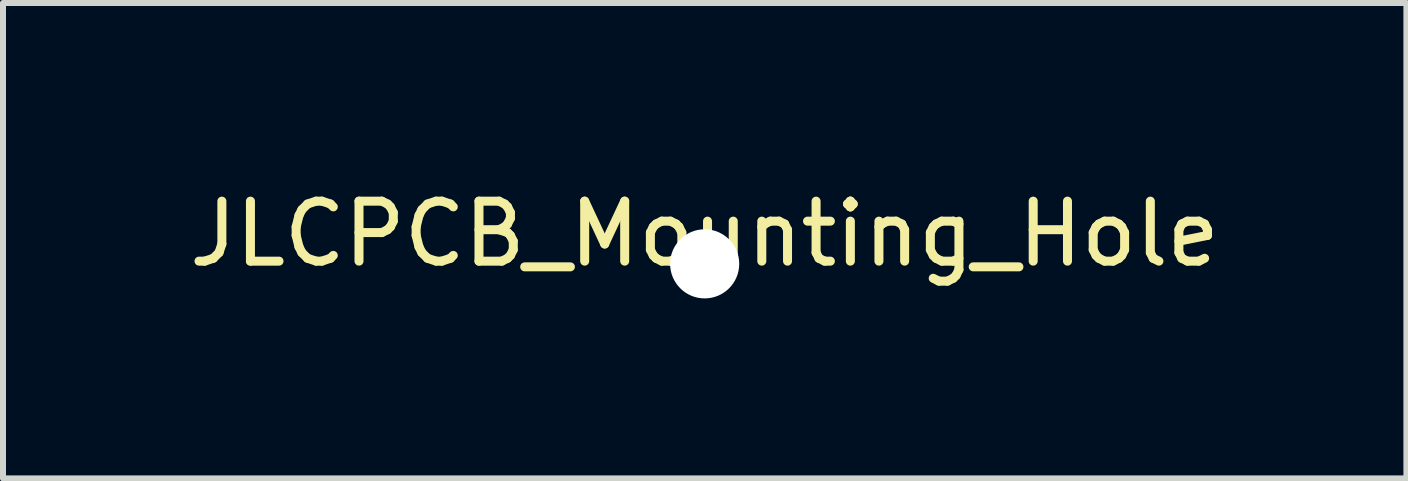
<source format=kicad_pcb>
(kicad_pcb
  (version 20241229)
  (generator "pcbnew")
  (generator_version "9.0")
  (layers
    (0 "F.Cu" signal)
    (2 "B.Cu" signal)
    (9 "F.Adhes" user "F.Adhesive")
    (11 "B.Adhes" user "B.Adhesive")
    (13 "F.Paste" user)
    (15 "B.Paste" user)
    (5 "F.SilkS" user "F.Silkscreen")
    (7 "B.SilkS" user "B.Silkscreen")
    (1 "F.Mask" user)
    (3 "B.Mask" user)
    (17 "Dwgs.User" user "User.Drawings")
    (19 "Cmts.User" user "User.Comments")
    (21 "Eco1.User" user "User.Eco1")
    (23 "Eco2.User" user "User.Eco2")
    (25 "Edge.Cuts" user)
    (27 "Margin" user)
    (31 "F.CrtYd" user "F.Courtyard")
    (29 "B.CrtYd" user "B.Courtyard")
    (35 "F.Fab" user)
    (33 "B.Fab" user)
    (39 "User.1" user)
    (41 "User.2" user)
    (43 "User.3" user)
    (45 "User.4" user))
  (footprint "JLCPCB_Mounting_Hole"
    (layer "F.Cu")
    (at 8.696 1.348)
    (property "Reference" "JLCPCB_Mounting_Hole" (at 0 -0.5 0) (unlocked yes) (layer "F.SilkS") (effects (font (size 1 1) (thickness 0.15))))
    (attr board_only exclude_from_pos_files exclude_from_bom)
    (pad "" np_thru_hole circle (at 0 0) (size 1.152 1.152) (drill 1.152) (layers "*.Cu" "*.Mask")))
  (gr_rect
    (start -3 -3)
    (end 20.393 4.924)
    (stroke (width 0.1) (type default))
    (fill no)
    (layer "Edge.Cuts")))
</source>
